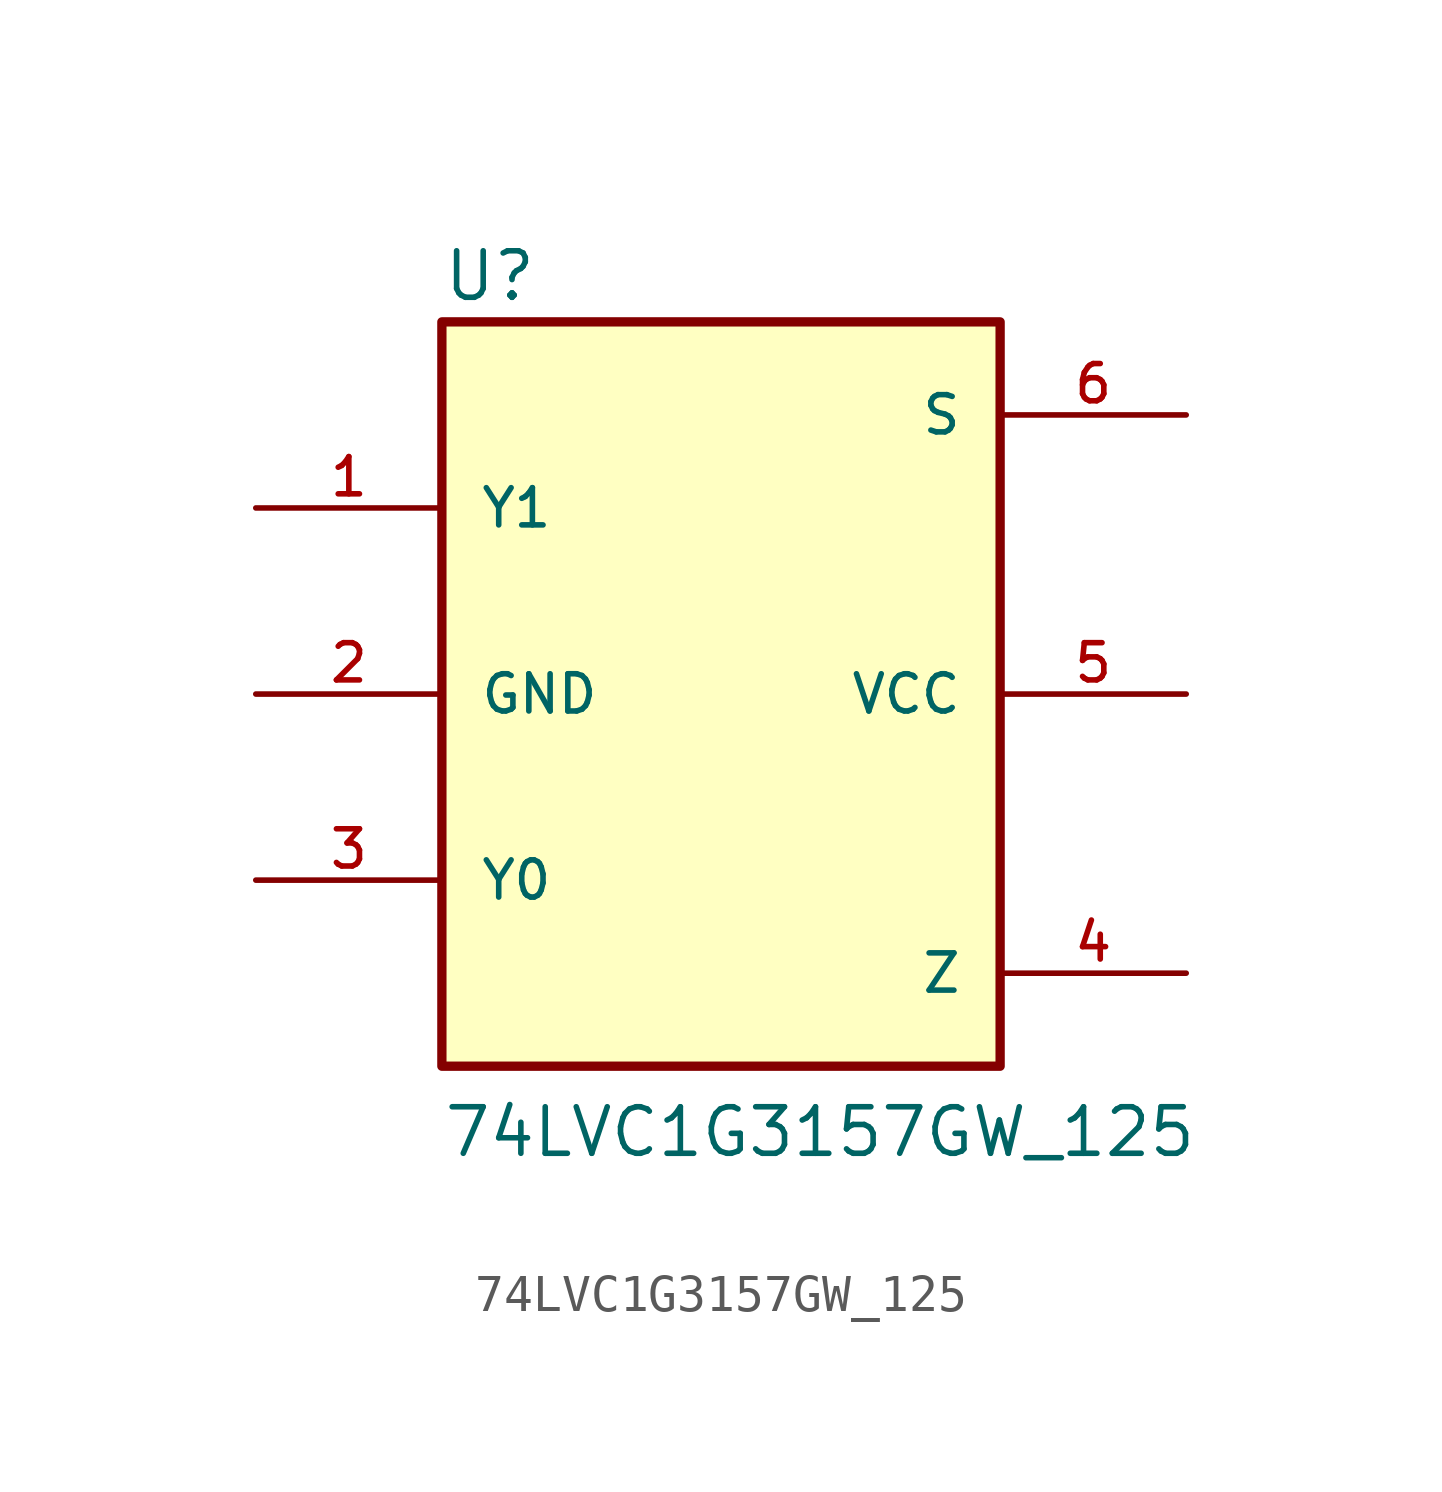
<source format=kicad_sym>
(kicad_symbol_lib
  (version 20241209)
  (generator "kicad_symbol_editor")
  (generator_version "9.0")
  (symbol "74LVC1G3157GW_125"
    (pin_names
      (offset 1.016))
    (property "Reference" "U"
      (at -7.62 10.668 0)
      (effects (font (size 1.27 1.27)) (justify left bottom)))
    (property "Value" "74LVC1G3157GW_125"
      (at -7.62 -12.7 0)
      (effects (font (size 1.27 1.27)) (justify left bottom)))
    (symbol "74LVC1G3157GW_125_0_0"
      (rectangle (start -7.62 10.16) (end 7.62 -10.16) (stroke (width 0.254) (type default)) (fill (type background)))
      (pin bidirectional line (at -12.7 5.08 0) (length 5.08) (name "Y1" (effects (font (size 1.016 1.016)))) (number "1" (effects (font (size 1.016 1.016)))))
      (pin power_in line (at -12.7 0 0) (length 5.08) (name "GND" (effects (font (size 1.016 1.016)))) (number "2" (effects (font (size 1.016 1.016)))))
      (pin bidirectional line (at -12.7 -5.08 0) (length 5.08) (name "Y0" (effects (font (size 1.016 1.016)))) (number "3" (effects (font (size 1.016 1.016)))))
      (pin bidirectional line (at 12.7 7.62 180) (length 5.08) (name "S" (effects (font (size 1.016 1.016)))) (number "6" (effects (font (size 1.016 1.016)))))
      (pin power_in line (at 12.7 0 180) (length 5.08) (name "VCC" (effects (font (size 1.016 1.016)))) (number "5" (effects (font (size 1.016 1.016)))))
      (pin bidirectional line (at 12.7 -7.62 180) (length 5.08) (name "Z" (effects (font (size 1.016 1.016)))) (number "4" (effects (font (size 1.016 1.016))))))))
</source>
